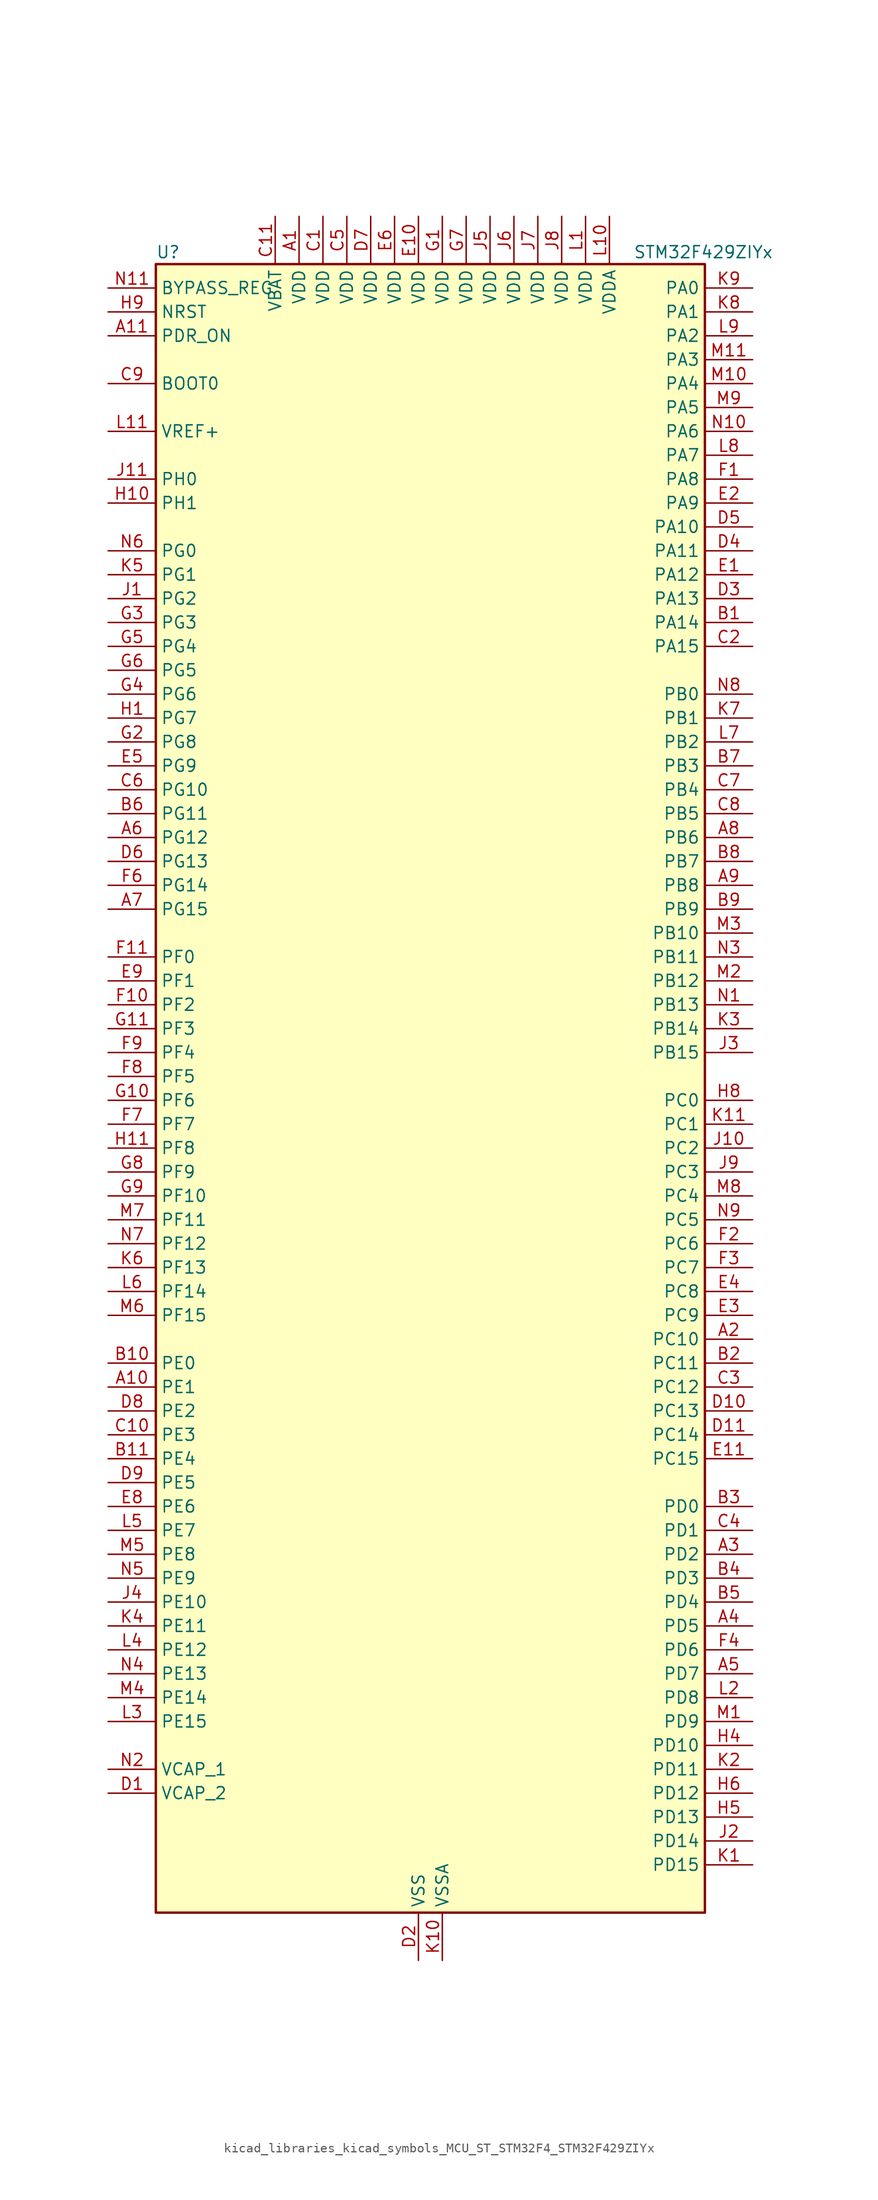
<source format=kicad_sym>
(kicad_symbol_lib
  (version 20220914)
  (generator kicad_symbol_editor)
  (symbol "kicad_libraries_kicad_symbols_MCU_ST_STM32F4_STM32F429ZIYx"
    (property "Reference" "U"
      (at -27.94 90.17 0)
      (effects (font (size 1.27 1.27)) (justify left)))
    (property "Value" "STM32F429ZIYx"
      (at 22.86 90.17 0)
      (effects (font (size 1.27 1.27)) (justify left)))
    (property "ki_locked" ""
      (at 0 0 0)
      (effects (font (size 1.27 1.27))))
    (symbol "kicad_libraries_kicad_symbols_MCU_ST_STM32F4_STM32F429ZIYx_0_1"
      (rectangle (start -27.94 -86.36) (end 30.48 88.9) (stroke (width 0.254) (type default)) (fill (type background))))
    (symbol "kicad_libraries_kicad_symbols_MCU_ST_STM32F4_STM32F429ZIYx_1_1"
      (pin power_in line (at -12.7 93.98 270) (length 5.08) (name "VDD" (effects (font (size 1.27 1.27)))) (number "A1" (effects (font (size 1.27 1.27)))))
      (pin bidirectional line (at -33.02 -30.48 0) (length 5.08) (name "PE1" (effects (font (size 1.27 1.27)))) (number "A10" (effects (font (size 1.27 1.27)))) (alternate "DCMI_D3" bidirectional line) (alternate "FMC_NBL1" bidirectional line) (alternate "UART8_TX" bidirectional line))
      (pin input line (at -33.02 81.28 0) (length 5.08) (name "PDR_ON" (effects (font (size 1.27 1.27)))) (number "A11" (effects (font (size 1.27 1.27)))))
      (pin bidirectional line (at 35.56 -25.4 180) (length 5.08) (name "PC10" (effects (font (size 1.27 1.27)))) (number "A2" (effects (font (size 1.27 1.27)))) (alternate "DCMI_D8" bidirectional line) (alternate "I2S3_CK" bidirectional line) (alternate "LTDC_R2" bidirectional line) (alternate "SDIO_D2" bidirectional line) (alternate "SPI3_SCK" bidirectional line) (alternate "UART4_TX" bidirectional line) (alternate "USART3_TX" bidirectional line))
      (pin bidirectional line (at 35.56 -48.26 180) (length 5.08) (name "PD2" (effects (font (size 1.27 1.27)))) (number "A3" (effects (font (size 1.27 1.27)))) (alternate "DCMI_D11" bidirectional line) (alternate "SDIO_CMD" bidirectional line) (alternate "TIM3_ETR" bidirectional line) (alternate "UART5_RX" bidirectional line))
      (pin bidirectional line (at 35.56 -55.88 180) (length 5.08) (name "PD5" (effects (font (size 1.27 1.27)))) (number "A4" (effects (font (size 1.27 1.27)))) (alternate "FMC_NWE" bidirectional line) (alternate "USART2_TX" bidirectional line))
      (pin bidirectional line (at 35.56 -60.96 180) (length 5.08) (name "PD7" (effects (font (size 1.27 1.27)))) (number "A5" (effects (font (size 1.27 1.27)))) (alternate "FMC_NCE2" bidirectional line) (alternate "FMC_NE1" bidirectional line) (alternate "USART2_CK" bidirectional line))
      (pin bidirectional line (at -33.02 27.94 0) (length 5.08) (name "PG12" (effects (font (size 1.27 1.27)))) (number "A6" (effects (font (size 1.27 1.27)))) (alternate "FMC_NE4" bidirectional line) (alternate "LTDC_B1" bidirectional line) (alternate "LTDC_B4" bidirectional line) (alternate "SPI6_MISO" bidirectional line) (alternate "USART6_RTS" bidirectional line))
      (pin bidirectional line (at -33.02 20.32 0) (length 5.08) (name "PG15" (effects (font (size 1.27 1.27)))) (number "A7" (effects (font (size 1.27 1.27)))) (alternate "ADC1_EXTI15" bidirectional line) (alternate "ADC2_EXTI15" bidirectional line) (alternate "ADC3_EXTI15" bidirectional line) (alternate "DCMI_D13" bidirectional line) (alternate "FMC_SDNCAS" bidirectional line) (alternate "USART6_CTS" bidirectional line))
      (pin bidirectional line (at 35.56 27.94 180) (length 5.08) (name "PB6" (effects (font (size 1.27 1.27)))) (number "A8" (effects (font (size 1.27 1.27)))) (alternate "CAN2_TX" bidirectional line) (alternate "DCMI_D5" bidirectional line) (alternate "FMC_SDNE1" bidirectional line) (alternate "I2C1_SCL" bidirectional line) (alternate "TIM4_CH1" bidirectional line) (alternate "USART1_TX" bidirectional line))
      (pin bidirectional line (at 35.56 22.86 180) (length 5.08) (name "PB8" (effects (font (size 1.27 1.27)))) (number "A9" (effects (font (size 1.27 1.27)))) (alternate "CAN1_RX" bidirectional line) (alternate "DCMI_D6" bidirectional line) (alternate "ETH_TXD3" bidirectional line) (alternate "I2C1_SCL" bidirectional line) (alternate "LTDC_B6" bidirectional line) (alternate "SDIO_D4" bidirectional line) (alternate "TIM10_CH1" bidirectional line) (alternate "TIM4_CH3" bidirectional line))
      (pin bidirectional line (at 35.56 50.8 180) (length 5.08) (name "PA14" (effects (font (size 1.27 1.27)))) (number "B1" (effects (font (size 1.27 1.27)))) (alternate "SYS_JTCK-SWCLK" bidirectional line))
      (pin bidirectional line (at -33.02 -27.94 0) (length 5.08) (name "PE0" (effects (font (size 1.27 1.27)))) (number "B10" (effects (font (size 1.27 1.27)))) (alternate "DCMI_D2" bidirectional line) (alternate "FMC_NBL0" bidirectional line) (alternate "TIM4_ETR" bidirectional line) (alternate "UART8_RX" bidirectional line))
      (pin bidirectional line (at -33.02 -38.1 0) (length 5.08) (name "PE4" (effects (font (size 1.27 1.27)))) (number "B11" (effects (font (size 1.27 1.27)))) (alternate "DCMI_D4" bidirectional line) (alternate "FMC_A20" bidirectional line) (alternate "LTDC_B0" bidirectional line) (alternate "SAI1_FS_A" bidirectional line) (alternate "SPI4_NSS" bidirectional line) (alternate "SYS_TRACED1" bidirectional line))
      (pin bidirectional line (at 35.56 -27.94 180) (length 5.08) (name "PC11" (effects (font (size 1.27 1.27)))) (number "B2" (effects (font (size 1.27 1.27)))) (alternate "ADC1_EXTI11" bidirectional line) (alternate "ADC2_EXTI11" bidirectional line) (alternate "ADC3_EXTI11" bidirectional line) (alternate "DCMI_D4" bidirectional line) (alternate "I2S3_ext_SD" bidirectional line) (alternate "SDIO_D3" bidirectional line) (alternate "SPI3_MISO" bidirectional line) (alternate "UART4_RX" bidirectional line) (alternate "USART3_RX" bidirectional line))
      (pin bidirectional line (at 35.56 -43.18 180) (length 5.08) (name "PD0" (effects (font (size 1.27 1.27)))) (number "B3" (effects (font (size 1.27 1.27)))) (alternate "CAN1_RX" bidirectional line) (alternate "FMC_D2" bidirectional line) (alternate "FMC_DA2" bidirectional line))
      (pin bidirectional line (at 35.56 -50.8 180) (length 5.08) (name "PD3" (effects (font (size 1.27 1.27)))) (number "B4" (effects (font (size 1.27 1.27)))) (alternate "DCMI_D5" bidirectional line) (alternate "FMC_CLK" bidirectional line) (alternate "I2S2_CK" bidirectional line) (alternate "LTDC_G7" bidirectional line) (alternate "SPI2_SCK" bidirectional line) (alternate "USART2_CTS" bidirectional line))
      (pin bidirectional line (at 35.56 -53.34 180) (length 5.08) (name "PD4" (effects (font (size 1.27 1.27)))) (number "B5" (effects (font (size 1.27 1.27)))) (alternate "FMC_NOE" bidirectional line) (alternate "USART2_RTS" bidirectional line))
      (pin bidirectional line (at -33.02 30.48 0) (length 5.08) (name "PG11" (effects (font (size 1.27 1.27)))) (number "B6" (effects (font (size 1.27 1.27)))) (alternate "ADC1_EXTI11" bidirectional line) (alternate "ADC2_EXTI11" bidirectional line) (alternate "ADC3_EXTI11" bidirectional line) (alternate "DCMI_D3" bidirectional line) (alternate "ETH_TX_EN" bidirectional line) (alternate "FMC_NCE4_2" bidirectional line) (alternate "LTDC_B3" bidirectional line))
      (pin bidirectional line (at 35.56 35.56 180) (length 5.08) (name "PB3" (effects (font (size 1.27 1.27)))) (number "B7" (effects (font (size 1.27 1.27)))) (alternate "I2S3_CK" bidirectional line) (alternate "SPI1_SCK" bidirectional line) (alternate "SPI3_SCK" bidirectional line) (alternate "SYS_JTDO-SWO" bidirectional line) (alternate "TIM2_CH2" bidirectional line))
      (pin bidirectional line (at 35.56 25.4 180) (length 5.08) (name "PB7" (effects (font (size 1.27 1.27)))) (number "B8" (effects (font (size 1.27 1.27)))) (alternate "DCMI_VSYNC" bidirectional line) (alternate "FMC_NL" bidirectional line) (alternate "I2C1_SDA" bidirectional line) (alternate "TIM4_CH2" bidirectional line) (alternate "USART1_RX" bidirectional line))
      (pin bidirectional line (at 35.56 20.32 180) (length 5.08) (name "PB9" (effects (font (size 1.27 1.27)))) (number "B9" (effects (font (size 1.27 1.27)))) (alternate "CAN1_TX" bidirectional line) (alternate "DAC_EXTI9" bidirectional line) (alternate "DCMI_D7" bidirectional line) (alternate "I2C1_SDA" bidirectional line) (alternate "I2S2_WS" bidirectional line) (alternate "LTDC_B7" bidirectional line) (alternate "SDIO_D5" bidirectional line) (alternate "SPI2_NSS" bidirectional line) (alternate "TIM11_CH1" bidirectional line) (alternate "TIM4_CH4" bidirectional line))
      (pin power_in line (at -10.16 93.98 270) (length 5.08) (name "VDD" (effects (font (size 1.27 1.27)))) (number "C1" (effects (font (size 1.27 1.27)))))
      (pin bidirectional line (at -33.02 -35.56 0) (length 5.08) (name "PE3" (effects (font (size 1.27 1.27)))) (number "C10" (effects (font (size 1.27 1.27)))) (alternate "FMC_A19" bidirectional line) (alternate "SAI1_SD_B" bidirectional line) (alternate "SYS_TRACED0" bidirectional line))
      (pin power_in line (at -15.24 93.98 270) (length 5.08) (name "VBAT" (effects (font (size 1.27 1.27)))) (number "C11" (effects (font (size 1.27 1.27)))))
      (pin bidirectional line (at 35.56 48.26 180) (length 5.08) (name "PA15" (effects (font (size 1.27 1.27)))) (number "C2" (effects (font (size 1.27 1.27)))) (alternate "ADC1_EXTI15" bidirectional line) (alternate "ADC2_EXTI15" bidirectional line) (alternate "ADC3_EXTI15" bidirectional line) (alternate "I2S3_WS" bidirectional line) (alternate "SPI1_NSS" bidirectional line) (alternate "SPI3_NSS" bidirectional line) (alternate "SYS_JTDI" bidirectional line) (alternate "TIM2_CH1" bidirectional line) (alternate "TIM2_ETR" bidirectional line))
      (pin bidirectional line (at 35.56 -30.48 180) (length 5.08) (name "PC12" (effects (font (size 1.27 1.27)))) (number "C3" (effects (font (size 1.27 1.27)))) (alternate "DCMI_D9" bidirectional line) (alternate "I2S3_SD" bidirectional line) (alternate "SDIO_CK" bidirectional line) (alternate "SPI3_MOSI" bidirectional line) (alternate "UART5_TX" bidirectional line) (alternate "USART3_CK" bidirectional line))
      (pin bidirectional line (at 35.56 -45.72 180) (length 5.08) (name "PD1" (effects (font (size 1.27 1.27)))) (number "C4" (effects (font (size 1.27 1.27)))) (alternate "CAN1_TX" bidirectional line) (alternate "FMC_D3" bidirectional line) (alternate "FMC_DA3" bidirectional line))
      (pin power_in line (at -7.62 93.98 270) (length 5.08) (name "VDD" (effects (font (size 1.27 1.27)))) (number "C5" (effects (font (size 1.27 1.27)))))
      (pin bidirectional line (at -33.02 33.02 0) (length 5.08) (name "PG10" (effects (font (size 1.27 1.27)))) (number "C6" (effects (font (size 1.27 1.27)))) (alternate "DCMI_D2" bidirectional line) (alternate "FMC_NCE4_1" bidirectional line) (alternate "FMC_NE3" bidirectional line) (alternate "LTDC_B2" bidirectional line) (alternate "LTDC_G3" bidirectional line))
      (pin bidirectional line (at 35.56 33.02 180) (length 5.08) (name "PB4" (effects (font (size 1.27 1.27)))) (number "C7" (effects (font (size 1.27 1.27)))) (alternate "I2S3_ext_SD" bidirectional line) (alternate "SPI1_MISO" bidirectional line) (alternate "SPI3_MISO" bidirectional line) (alternate "SYS_JTRST" bidirectional line) (alternate "TIM3_CH1" bidirectional line))
      (pin bidirectional line (at 35.56 30.48 180) (length 5.08) (name "PB5" (effects (font (size 1.27 1.27)))) (number "C8" (effects (font (size 1.27 1.27)))) (alternate "CAN2_RX" bidirectional line) (alternate "DCMI_D10" bidirectional line) (alternate "ETH_PPS_OUT" bidirectional line) (alternate "FMC_SDCKE1" bidirectional line) (alternate "I2C1_SMBA" bidirectional line) (alternate "I2S3_SD" bidirectional line) (alternate "SPI1_MOSI" bidirectional line) (alternate "SPI3_MOSI" bidirectional line) (alternate "TIM3_CH2" bidirectional line) (alternate "USB_OTG_HS_ULPI_D7" bidirectional line))
      (pin input line (at -33.02 76.2 0) (length 5.08) (name "BOOT0" (effects (font (size 1.27 1.27)))) (number "C9" (effects (font (size 1.27 1.27)))))
      (pin power_out line (at -33.02 -73.66 0) (length 5.08) (name "VCAP_2" (effects (font (size 1.27 1.27)))) (number "D1" (effects (font (size 1.27 1.27)))))
      (pin bidirectional line (at 35.56 -33.02 180) (length 5.08) (name "PC13" (effects (font (size 1.27 1.27)))) (number "D10" (effects (font (size 1.27 1.27)))) (alternate "RTC_AF1" bidirectional line))
      (pin bidirectional line (at 35.56 -35.56 180) (length 5.08) (name "PC14" (effects (font (size 1.27 1.27)))) (number "D11" (effects (font (size 1.27 1.27)))) (alternate "RCC_OSC32_IN" bidirectional line))
      (pin power_in line (at 0 -91.44 90) (length 5.08) (name "VSS" (effects (font (size 1.27 1.27)))) (number "D2" (effects (font (size 1.27 1.27)))))
      (pin bidirectional line (at 35.56 53.34 180) (length 5.08) (name "PA13" (effects (font (size 1.27 1.27)))) (number "D3" (effects (font (size 1.27 1.27)))) (alternate "SYS_JTMS-SWDIO" bidirectional line))
      (pin bidirectional line (at 35.56 58.42 180) (length 5.08) (name "PA11" (effects (font (size 1.27 1.27)))) (number "D4" (effects (font (size 1.27 1.27)))) (alternate "ADC1_EXTI11" bidirectional line) (alternate "ADC2_EXTI11" bidirectional line) (alternate "ADC3_EXTI11" bidirectional line) (alternate "CAN1_RX" bidirectional line) (alternate "LTDC_R4" bidirectional line) (alternate "TIM1_CH4" bidirectional line) (alternate "USART1_CTS" bidirectional line) (alternate "USB_OTG_FS_DM" bidirectional line))
      (pin bidirectional line (at 35.56 60.96 180) (length 5.08) (name "PA10" (effects (font (size 1.27 1.27)))) (number "D5" (effects (font (size 1.27 1.27)))) (alternate "DCMI_D1" bidirectional line) (alternate "TIM1_CH3" bidirectional line) (alternate "USART1_RX" bidirectional line) (alternate "USB_OTG_FS_ID" bidirectional line))
      (pin bidirectional line (at -33.02 25.4 0) (length 5.08) (name "PG13" (effects (font (size 1.27 1.27)))) (number "D6" (effects (font (size 1.27 1.27)))) (alternate "ETH_TXD0" bidirectional line) (alternate "FMC_A24" bidirectional line) (alternate "SPI6_SCK" bidirectional line) (alternate "USART6_CTS" bidirectional line))
      (pin power_in line (at -5.08 93.98 270) (length 5.08) (name "VDD" (effects (font (size 1.27 1.27)))) (number "D7" (effects (font (size 1.27 1.27)))))
      (pin bidirectional line (at -33.02 -33.02 0) (length 5.08) (name "PE2" (effects (font (size 1.27 1.27)))) (number "D8" (effects (font (size 1.27 1.27)))) (alternate "ETH_TXD3" bidirectional line) (alternate "FMC_A23" bidirectional line) (alternate "SAI1_MCLK_A" bidirectional line) (alternate "SPI4_SCK" bidirectional line) (alternate "SYS_TRACECLK" bidirectional line))
      (pin bidirectional line (at -33.02 -40.64 0) (length 5.08) (name "PE5" (effects (font (size 1.27 1.27)))) (number "D9" (effects (font (size 1.27 1.27)))) (alternate "DCMI_D6" bidirectional line) (alternate "FMC_A21" bidirectional line) (alternate "LTDC_G0" bidirectional line) (alternate "SAI1_SCK_A" bidirectional line) (alternate "SPI4_MISO" bidirectional line) (alternate "SYS_TRACED2" bidirectional line) (alternate "TIM9_CH1" bidirectional line))
      (pin bidirectional line (at 35.56 55.88 180) (length 5.08) (name "PA12" (effects (font (size 1.27 1.27)))) (number "E1" (effects (font (size 1.27 1.27)))) (alternate "CAN1_TX" bidirectional line) (alternate "LTDC_R5" bidirectional line) (alternate "TIM1_ETR" bidirectional line) (alternate "USART1_RTS" bidirectional line) (alternate "USB_OTG_FS_DP" bidirectional line))
      (pin power_in line (at 0 93.98 270) (length 5.08) (name "VDD" (effects (font (size 1.27 1.27)))) (number "E10" (effects (font (size 1.27 1.27)))))
      (pin bidirectional line (at 35.56 -38.1 180) (length 5.08) (name "PC15" (effects (font (size 1.27 1.27)))) (number "E11" (effects (font (size 1.27 1.27)))) (alternate "ADC1_EXTI15" bidirectional line) (alternate "ADC2_EXTI15" bidirectional line) (alternate "ADC3_EXTI15" bidirectional line) (alternate "RCC_OSC32_OUT" bidirectional line))
      (pin bidirectional line (at 35.56 63.5 180) (length 5.08) (name "PA9" (effects (font (size 1.27 1.27)))) (number "E2" (effects (font (size 1.27 1.27)))) (alternate "DAC_EXTI9" bidirectional line) (alternate "DCMI_D0" bidirectional line) (alternate "I2C3_SMBA" bidirectional line) (alternate "TIM1_CH2" bidirectional line) (alternate "USART1_TX" bidirectional line) (alternate "USB_OTG_FS_VBUS" bidirectional line))
      (pin bidirectional line (at 35.56 -22.86 180) (length 5.08) (name "PC9" (effects (font (size 1.27 1.27)))) (number "E3" (effects (font (size 1.27 1.27)))) (alternate "DAC_EXTI9" bidirectional line) (alternate "DCMI_D3" bidirectional line) (alternate "I2C3_SDA" bidirectional line) (alternate "I2S_CKIN" bidirectional line) (alternate "RCC_MCO_2" bidirectional line) (alternate "SDIO_D1" bidirectional line) (alternate "TIM3_CH4" bidirectional line) (alternate "TIM8_CH4" bidirectional line))
      (pin bidirectional line (at 35.56 -20.32 180) (length 5.08) (name "PC8" (effects (font (size 1.27 1.27)))) (number "E4" (effects (font (size 1.27 1.27)))) (alternate "DCMI_D2" bidirectional line) (alternate "SDIO_D0" bidirectional line) (alternate "TIM3_CH3" bidirectional line) (alternate "TIM8_CH3" bidirectional line) (alternate "USART6_CK" bidirectional line))
      (pin bidirectional line (at -33.02 35.56 0) (length 5.08) (name "PG9" (effects (font (size 1.27 1.27)))) (number "E5" (effects (font (size 1.27 1.27)))) (alternate "DAC_EXTI9" bidirectional line) (alternate "DCMI_VSYNC" bidirectional line) (alternate "FMC_NCE3" bidirectional line) (alternate "FMC_NE2" bidirectional line) (alternate "USART6_RX" bidirectional line))
      (pin power_in line (at -2.54 93.98 270) (length 5.08) (name "VDD" (effects (font (size 1.27 1.27)))) (number "E6" (effects (font (size 1.27 1.27)))))
      (pin passive line (at 0 -91.44 90) (length 5.08) hide (name "VSS" (effects (font (size 1.27 1.27)))) (number "E7" (effects (font (size 1.27 1.27)))))
      (pin bidirectional line (at -33.02 -43.18 0) (length 5.08) (name "PE6" (effects (font (size 1.27 1.27)))) (number "E8" (effects (font (size 1.27 1.27)))) (alternate "DCMI_D7" bidirectional line) (alternate "FMC_A22" bidirectional line) (alternate "LTDC_G1" bidirectional line) (alternate "SAI1_SD_A" bidirectional line) (alternate "SPI4_MOSI" bidirectional line) (alternate "SYS_TRACED3" bidirectional line) (alternate "TIM9_CH2" bidirectional line))
      (pin bidirectional line (at -33.02 12.7 0) (length 5.08) (name "PF1" (effects (font (size 1.27 1.27)))) (number "E9" (effects (font (size 1.27 1.27)))) (alternate "FMC_A1" bidirectional line) (alternate "I2C2_SCL" bidirectional line))
      (pin bidirectional line (at 35.56 66.04 180) (length 5.08) (name "PA8" (effects (font (size 1.27 1.27)))) (number "F1" (effects (font (size 1.27 1.27)))) (alternate "I2C3_SCL" bidirectional line) (alternate "LTDC_R6" bidirectional line) (alternate "RCC_MCO_1" bidirectional line) (alternate "TIM1_CH1" bidirectional line) (alternate "USART1_CK" bidirectional line) (alternate "USB_OTG_FS_SOF" bidirectional line))
      (pin bidirectional line (at -33.02 10.16 0) (length 5.08) (name "PF2" (effects (font (size 1.27 1.27)))) (number "F10" (effects (font (size 1.27 1.27)))) (alternate "FMC_A2" bidirectional line) (alternate "I2C2_SMBA" bidirectional line))
      (pin bidirectional line (at -33.02 15.24 0) (length 5.08) (name "PF0" (effects (font (size 1.27 1.27)))) (number "F11" (effects (font (size 1.27 1.27)))) (alternate "FMC_A0" bidirectional line) (alternate "I2C2_SDA" bidirectional line))
      (pin bidirectional line (at 35.56 -15.24 180) (length 5.08) (name "PC6" (effects (font (size 1.27 1.27)))) (number "F2" (effects (font (size 1.27 1.27)))) (alternate "DCMI_D0" bidirectional line) (alternate "I2S2_MCK" bidirectional line) (alternate "LTDC_HSYNC" bidirectional line) (alternate "SDIO_D6" bidirectional line) (alternate "TIM3_CH1" bidirectional line) (alternate "TIM8_CH1" bidirectional line) (alternate "USART6_TX" bidirectional line))
      (pin bidirectional line (at 35.56 -17.78 180) (length 5.08) (name "PC7" (effects (font (size 1.27 1.27)))) (number "F3" (effects (font (size 1.27 1.27)))) (alternate "DCMI_D1" bidirectional line) (alternate "I2S3_MCK" bidirectional line) (alternate "LTDC_G6" bidirectional line) (alternate "SDIO_D7" bidirectional line) (alternate "TIM3_CH2" bidirectional line) (alternate "TIM8_CH2" bidirectional line) (alternate "USART6_RX" bidirectional line))
      (pin bidirectional line (at 35.56 -58.42 180) (length 5.08) (name "PD6" (effects (font (size 1.27 1.27)))) (number "F4" (effects (font (size 1.27 1.27)))) (alternate "DCMI_D10" bidirectional line) (alternate "FMC_NWAIT" bidirectional line) (alternate "I2S3_SD" bidirectional line) (alternate "LTDC_B2" bidirectional line) (alternate "SAI1_SD_A" bidirectional line) (alternate "SPI3_MOSI" bidirectional line) (alternate "USART2_RX" bidirectional line))
      (pin passive line (at 0 -91.44 90) (length 5.08) hide (name "VSS" (effects (font (size 1.27 1.27)))) (number "F5" (effects (font (size 1.27 1.27)))))
      (pin bidirectional line (at -33.02 22.86 0) (length 5.08) (name "PG14" (effects (font (size 1.27 1.27)))) (number "F6" (effects (font (size 1.27 1.27)))) (alternate "ETH_TXD1" bidirectional line) (alternate "FMC_A25" bidirectional line) (alternate "SPI6_MOSI" bidirectional line) (alternate "USART6_TX" bidirectional line))
      (pin bidirectional line (at -33.02 -2.54 0) (length 5.08) (name "PF7" (effects (font (size 1.27 1.27)))) (number "F7" (effects (font (size 1.27 1.27)))) (alternate "ADC3_IN5" bidirectional line) (alternate "FMC_NREG" bidirectional line) (alternate "SAI1_MCLK_B" bidirectional line) (alternate "SPI5_SCK" bidirectional line) (alternate "TIM11_CH1" bidirectional line) (alternate "UART7_TX" bidirectional line))
      (pin bidirectional line (at -33.02 2.54 0) (length 5.08) (name "PF5" (effects (font (size 1.27 1.27)))) (number "F8" (effects (font (size 1.27 1.27)))) (alternate "ADC3_IN15" bidirectional line) (alternate "FMC_A5" bidirectional line))
      (pin bidirectional line (at -33.02 5.08 0) (length 5.08) (name "PF4" (effects (font (size 1.27 1.27)))) (number "F9" (effects (font (size 1.27 1.27)))) (alternate "ADC3_IN14" bidirectional line) (alternate "FMC_A4" bidirectional line))
      (pin power_in line (at 2.54 93.98 270) (length 5.08) (name "VDD" (effects (font (size 1.27 1.27)))) (number "G1" (effects (font (size 1.27 1.27)))))
      (pin bidirectional line (at -33.02 0 0) (length 5.08) (name "PF6" (effects (font (size 1.27 1.27)))) (number "G10" (effects (font (size 1.27 1.27)))) (alternate "ADC3_IN4" bidirectional line) (alternate "FMC_NIORD" bidirectional line) (alternate "SAI1_SD_B" bidirectional line) (alternate "SPI5_NSS" bidirectional line) (alternate "TIM10_CH1" bidirectional line) (alternate "UART7_RX" bidirectional line))
      (pin bidirectional line (at -33.02 7.62 0) (length 5.08) (name "PF3" (effects (font (size 1.27 1.27)))) (number "G11" (effects (font (size 1.27 1.27)))) (alternate "ADC3_IN9" bidirectional line) (alternate "FMC_A3" bidirectional line))
      (pin bidirectional line (at -33.02 38.1 0) (length 5.08) (name "PG8" (effects (font (size 1.27 1.27)))) (number "G2" (effects (font (size 1.27 1.27)))) (alternate "ETH_PPS_OUT" bidirectional line) (alternate "FMC_SDCLK" bidirectional line) (alternate "SPI6_NSS" bidirectional line) (alternate "USART6_RTS" bidirectional line))
      (pin bidirectional line (at -33.02 50.8 0) (length 5.08) (name "PG3" (effects (font (size 1.27 1.27)))) (number "G3" (effects (font (size 1.27 1.27)))) (alternate "FMC_A13" bidirectional line))
      (pin bidirectional line (at -33.02 43.18 0) (length 5.08) (name "PG6" (effects (font (size 1.27 1.27)))) (number "G4" (effects (font (size 1.27 1.27)))) (alternate "DCMI_D12" bidirectional line) (alternate "FMC_INT2" bidirectional line) (alternate "LTDC_R7" bidirectional line))
      (pin bidirectional line (at -33.02 48.26 0) (length 5.08) (name "PG4" (effects (font (size 1.27 1.27)))) (number "G5" (effects (font (size 1.27 1.27)))) (alternate "FMC_A14" bidirectional line) (alternate "FMC_BA0" bidirectional line))
      (pin bidirectional line (at -33.02 45.72 0) (length 5.08) (name "PG5" (effects (font (size 1.27 1.27)))) (number "G6" (effects (font (size 1.27 1.27)))) (alternate "FMC_A15" bidirectional line) (alternate "FMC_BA1" bidirectional line))
      (pin power_in line (at 5.08 93.98 270) (length 5.08) (name "VDD" (effects (font (size 1.27 1.27)))) (number "G7" (effects (font (size 1.27 1.27)))))
      (pin bidirectional line (at -33.02 -7.62 0) (length 5.08) (name "PF9" (effects (font (size 1.27 1.27)))) (number "G8" (effects (font (size 1.27 1.27)))) (alternate "ADC3_IN7" bidirectional line) (alternate "DAC_EXTI9" bidirectional line) (alternate "FMC_CD" bidirectional line) (alternate "SAI1_FS_B" bidirectional line) (alternate "SPI5_MOSI" bidirectional line) (alternate "TIM14_CH1" bidirectional line))
      (pin bidirectional line (at -33.02 -10.16 0) (length 5.08) (name "PF10" (effects (font (size 1.27 1.27)))) (number "G9" (effects (font (size 1.27 1.27)))) (alternate "ADC3_IN8" bidirectional line) (alternate "DCMI_D11" bidirectional line) (alternate "FMC_INTR" bidirectional line) (alternate "LTDC_DE" bidirectional line))
      (pin bidirectional line (at -33.02 40.64 0) (length 5.08) (name "PG7" (effects (font (size 1.27 1.27)))) (number "H1" (effects (font (size 1.27 1.27)))) (alternate "DCMI_D13" bidirectional line) (alternate "FMC_INT3" bidirectional line) (alternate "LTDC_CLK" bidirectional line) (alternate "USART6_CK" bidirectional line))
      (pin bidirectional line (at -33.02 63.5 0) (length 5.08) (name "PH1" (effects (font (size 1.27 1.27)))) (number "H10" (effects (font (size 1.27 1.27)))) (alternate "RCC_OSC_OUT" bidirectional line))
      (pin bidirectional line (at -33.02 -5.08 0) (length 5.08) (name "PF8" (effects (font (size 1.27 1.27)))) (number "H11" (effects (font (size 1.27 1.27)))) (alternate "ADC3_IN6" bidirectional line) (alternate "FMC_NIOWR" bidirectional line) (alternate "SAI1_SCK_B" bidirectional line) (alternate "SPI5_MISO" bidirectional line) (alternate "TIM13_CH1" bidirectional line))
      (pin passive line (at 0 -91.44 90) (length 5.08) hide (name "VSS" (effects (font (size 1.27 1.27)))) (number "H2" (effects (font (size 1.27 1.27)))))
      (pin passive line (at 0 -91.44 90) (length 5.08) hide (name "VSS" (effects (font (size 1.27 1.27)))) (number "H3" (effects (font (size 1.27 1.27)))))
      (pin bidirectional line (at 35.56 -68.58 180) (length 5.08) (name "PD10" (effects (font (size 1.27 1.27)))) (number "H4" (effects (font (size 1.27 1.27)))) (alternate "FMC_D15" bidirectional line) (alternate "FMC_DA15" bidirectional line) (alternate "LTDC_B3" bidirectional line) (alternate "USART3_CK" bidirectional line))
      (pin bidirectional line (at 35.56 -76.2 180) (length 5.08) (name "PD13" (effects (font (size 1.27 1.27)))) (number "H5" (effects (font (size 1.27 1.27)))) (alternate "FMC_A18" bidirectional line) (alternate "TIM4_CH2" bidirectional line))
      (pin bidirectional line (at 35.56 -73.66 180) (length 5.08) (name "PD12" (effects (font (size 1.27 1.27)))) (number "H6" (effects (font (size 1.27 1.27)))) (alternate "FMC_A17" bidirectional line) (alternate "FMC_ALE" bidirectional line) (alternate "TIM4_CH1" bidirectional line) (alternate "USART3_RTS" bidirectional line))
      (pin passive line (at 0 -91.44 90) (length 5.08) hide (name "VSS" (effects (font (size 1.27 1.27)))) (number "H7" (effects (font (size 1.27 1.27)))))
      (pin bidirectional line (at 35.56 0 180) (length 5.08) (name "PC0" (effects (font (size 1.27 1.27)))) (number "H8" (effects (font (size 1.27 1.27)))) (alternate "ADC1_IN10" bidirectional line) (alternate "ADC2_IN10" bidirectional line) (alternate "ADC3_IN10" bidirectional line) (alternate "FMC_SDNWE" bidirectional line) (alternate "USB_OTG_HS_ULPI_STP" bidirectional line))
      (pin input line (at -33.02 83.82 0) (length 5.08) (name "NRST" (effects (font (size 1.27 1.27)))) (number "H9" (effects (font (size 1.27 1.27)))))
      (pin bidirectional line (at -33.02 53.34 0) (length 5.08) (name "PG2" (effects (font (size 1.27 1.27)))) (number "J1" (effects (font (size 1.27 1.27)))) (alternate "FMC_A12" bidirectional line))
      (pin bidirectional line (at 35.56 -5.08 180) (length 5.08) (name "PC2" (effects (font (size 1.27 1.27)))) (number "J10" (effects (font (size 1.27 1.27)))) (alternate "ADC1_IN12" bidirectional line) (alternate "ADC2_IN12" bidirectional line) (alternate "ADC3_IN12" bidirectional line) (alternate "ETH_TXD2" bidirectional line) (alternate "FMC_SDNE0" bidirectional line) (alternate "I2S2_ext_SD" bidirectional line) (alternate "SPI2_MISO" bidirectional line) (alternate "USB_OTG_HS_ULPI_DIR" bidirectional line))
      (pin bidirectional line (at -33.02 66.04 0) (length 5.08) (name "PH0" (effects (font (size 1.27 1.27)))) (number "J11" (effects (font (size 1.27 1.27)))) (alternate "RCC_OSC_IN" bidirectional line))
      (pin bidirectional line (at 35.56 -78.74 180) (length 5.08) (name "PD14" (effects (font (size 1.27 1.27)))) (number "J2" (effects (font (size 1.27 1.27)))) (alternate "FMC_D0" bidirectional line) (alternate "FMC_DA0" bidirectional line) (alternate "TIM4_CH3" bidirectional line))
      (pin bidirectional line (at 35.56 5.08 180) (length 5.08) (name "PB15" (effects (font (size 1.27 1.27)))) (number "J3" (effects (font (size 1.27 1.27)))) (alternate "ADC1_EXTI15" bidirectional line) (alternate "ADC2_EXTI15" bidirectional line) (alternate "ADC3_EXTI15" bidirectional line) (alternate "I2S2_SD" bidirectional line) (alternate "RTC_REFIN" bidirectional line) (alternate "SPI2_MOSI" bidirectional line) (alternate "TIM12_CH2" bidirectional line) (alternate "TIM1_CH3N" bidirectional line) (alternate "TIM8_CH3N" bidirectional line) (alternate "USB_OTG_HS_DP" bidirectional line))
      (pin bidirectional line (at -33.02 -53.34 0) (length 5.08) (name "PE10" (effects (font (size 1.27 1.27)))) (number "J4" (effects (font (size 1.27 1.27)))) (alternate "FMC_D7" bidirectional line) (alternate "FMC_DA7" bidirectional line) (alternate "TIM1_CH2N" bidirectional line))
      (pin power_in line (at 7.62 93.98 270) (length 5.08) (name "VDD" (effects (font (size 1.27 1.27)))) (number "J5" (effects (font (size 1.27 1.27)))))
      (pin power_in line (at 10.16 93.98 270) (length 5.08) (name "VDD" (effects (font (size 1.27 1.27)))) (number "J6" (effects (font (size 1.27 1.27)))))
      (pin power_in line (at 12.7 93.98 270) (length 5.08) (name "VDD" (effects (font (size 1.27 1.27)))) (number "J7" (effects (font (size 1.27 1.27)))))
      (pin power_in line (at 15.24 93.98 270) (length 5.08) (name "VDD" (effects (font (size 1.27 1.27)))) (number "J8" (effects (font (size 1.27 1.27)))))
      (pin bidirectional line (at 35.56 -7.62 180) (length 5.08) (name "PC3" (effects (font (size 1.27 1.27)))) (number "J9" (effects (font (size 1.27 1.27)))) (alternate "ADC1_IN13" bidirectional line) (alternate "ADC2_IN13" bidirectional line) (alternate "ADC3_IN13" bidirectional line) (alternate "ETH_TX_CLK" bidirectional line) (alternate "FMC_SDCKE0" bidirectional line) (alternate "I2S2_SD" bidirectional line) (alternate "SPI2_MOSI" bidirectional line) (alternate "USB_OTG_HS_ULPI_NXT" bidirectional line))
      (pin bidirectional line (at 35.56 -81.28 180) (length 5.08) (name "PD15" (effects (font (size 1.27 1.27)))) (number "K1" (effects (font (size 1.27 1.27)))) (alternate "ADC1_EXTI15" bidirectional line) (alternate "ADC2_EXTI15" bidirectional line) (alternate "ADC3_EXTI15" bidirectional line) (alternate "FMC_D1" bidirectional line) (alternate "FMC_DA1" bidirectional line) (alternate "TIM4_CH4" bidirectional line))
      (pin power_in line (at 2.54 -91.44 90) (length 5.08) (name "VSSA" (effects (font (size 1.27 1.27)))) (number "K10" (effects (font (size 1.27 1.27)))))
      (pin bidirectional line (at 35.56 -2.54 180) (length 5.08) (name "PC1" (effects (font (size 1.27 1.27)))) (number "K11" (effects (font (size 1.27 1.27)))) (alternate "ADC1_IN11" bidirectional line) (alternate "ADC2_IN11" bidirectional line) (alternate "ADC3_IN11" bidirectional line) (alternate "ETH_MDC" bidirectional line))
      (pin bidirectional line (at 35.56 -71.12 180) (length 5.08) (name "PD11" (effects (font (size 1.27 1.27)))) (number "K2" (effects (font (size 1.27 1.27)))) (alternate "ADC1_EXTI11" bidirectional line) (alternate "ADC2_EXTI11" bidirectional line) (alternate "ADC3_EXTI11" bidirectional line) (alternate "FMC_A16" bidirectional line) (alternate "FMC_CLE" bidirectional line) (alternate "USART3_CTS" bidirectional line))
      (pin bidirectional line (at 35.56 7.62 180) (length 5.08) (name "PB14" (effects (font (size 1.27 1.27)))) (number "K3" (effects (font (size 1.27 1.27)))) (alternate "I2S2_ext_SD" bidirectional line) (alternate "SPI2_MISO" bidirectional line) (alternate "TIM12_CH1" bidirectional line) (alternate "TIM1_CH2N" bidirectional line) (alternate "TIM8_CH2N" bidirectional line) (alternate "USART3_RTS" bidirectional line) (alternate "USB_OTG_HS_DM" bidirectional line))
      (pin bidirectional line (at -33.02 -55.88 0) (length 5.08) (name "PE11" (effects (font (size 1.27 1.27)))) (number "K4" (effects (font (size 1.27 1.27)))) (alternate "ADC1_EXTI11" bidirectional line) (alternate "ADC2_EXTI11" bidirectional line) (alternate "ADC3_EXTI11" bidirectional line) (alternate "FMC_D8" bidirectional line) (alternate "FMC_DA8" bidirectional line) (alternate "LTDC_G3" bidirectional line) (alternate "SPI4_NSS" bidirectional line) (alternate "TIM1_CH2" bidirectional line))
      (pin bidirectional line (at -33.02 55.88 0) (length 5.08) (name "PG1" (effects (font (size 1.27 1.27)))) (number "K5" (effects (font (size 1.27 1.27)))) (alternate "FMC_A11" bidirectional line))
      (pin bidirectional line (at -33.02 -17.78 0) (length 5.08) (name "PF13" (effects (font (size 1.27 1.27)))) (number "K6" (effects (font (size 1.27 1.27)))) (alternate "FMC_A7" bidirectional line))
      (pin bidirectional line (at 35.56 40.64 180) (length 5.08) (name "PB1" (effects (font (size 1.27 1.27)))) (number "K7" (effects (font (size 1.27 1.27)))) (alternate "ADC1_IN9" bidirectional line) (alternate "ADC2_IN9" bidirectional line) (alternate "ETH_RXD3" bidirectional line) (alternate "LTDC_R6" bidirectional line) (alternate "TIM1_CH3N" bidirectional line) (alternate "TIM3_CH4" bidirectional line) (alternate "TIM8_CH3N" bidirectional line) (alternate "USB_OTG_HS_ULPI_D2" bidirectional line))
      (pin bidirectional line (at 35.56 83.82 180) (length 5.08) (name "PA1" (effects (font (size 1.27 1.27)))) (number "K8" (effects (font (size 1.27 1.27)))) (alternate "ADC1_IN1" bidirectional line) (alternate "ADC2_IN1" bidirectional line) (alternate "ADC3_IN1" bidirectional line) (alternate "ETH_REF_CLK" bidirectional line) (alternate "ETH_RX_CLK" bidirectional line) (alternate "TIM2_CH2" bidirectional line) (alternate "TIM5_CH2" bidirectional line) (alternate "UART4_RX" bidirectional line) (alternate "USART2_RTS" bidirectional line))
      (pin bidirectional line (at 35.56 86.36 180) (length 5.08) (name "PA0" (effects (font (size 1.27 1.27)))) (number "K9" (effects (font (size 1.27 1.27)))) (alternate "ADC1_IN0" bidirectional line) (alternate "ADC2_IN0" bidirectional line) (alternate "ADC3_IN0" bidirectional line) (alternate "ETH_CRS" bidirectional line) (alternate "SYS_WKUP" bidirectional line) (alternate "TIM2_CH1" bidirectional line) (alternate "TIM2_ETR" bidirectional line) (alternate "TIM5_CH1" bidirectional line) (alternate "TIM8_ETR" bidirectional line) (alternate "UART4_TX" bidirectional line) (alternate "USART2_CTS" bidirectional line))
      (pin power_in line (at 17.78 93.98 270) (length 5.08) (name "VDD" (effects (font (size 1.27 1.27)))) (number "L1" (effects (font (size 1.27 1.27)))))
      (pin power_in line (at 20.32 93.98 270) (length 5.08) (name "VDDA" (effects (font (size 1.27 1.27)))) (number "L10" (effects (font (size 1.27 1.27)))))
      (pin input line (at -33.02 71.12 0) (length 5.08) (name "VREF+" (effects (font (size 1.27 1.27)))) (number "L11" (effects (font (size 1.27 1.27)))))
      (pin bidirectional line (at 35.56 -63.5 180) (length 5.08) (name "PD8" (effects (font (size 1.27 1.27)))) (number "L2" (effects (font (size 1.27 1.27)))) (alternate "FMC_D13" bidirectional line) (alternate "FMC_DA13" bidirectional line) (alternate "USART3_TX" bidirectional line))
      (pin bidirectional line (at -33.02 -66.04 0) (length 5.08) (name "PE15" (effects (font (size 1.27 1.27)))) (number "L3" (effects (font (size 1.27 1.27)))) (alternate "ADC1_EXTI15" bidirectional line) (alternate "ADC2_EXTI15" bidirectional line) (alternate "ADC3_EXTI15" bidirectional line) (alternate "FMC_D12" bidirectional line) (alternate "FMC_DA12" bidirectional line) (alternate "LTDC_R7" bidirectional line) (alternate "TIM1_BKIN" bidirectional line))
      (pin bidirectional line (at -33.02 -58.42 0) (length 5.08) (name "PE12" (effects (font (size 1.27 1.27)))) (number "L4" (effects (font (size 1.27 1.27)))) (alternate "FMC_D9" bidirectional line) (alternate "FMC_DA9" bidirectional line) (alternate "LTDC_B4" bidirectional line) (alternate "SPI4_SCK" bidirectional line) (alternate "TIM1_CH3N" bidirectional line))
      (pin bidirectional line (at -33.02 -45.72 0) (length 5.08) (name "PE7" (effects (font (size 1.27 1.27)))) (number "L5" (effects (font (size 1.27 1.27)))) (alternate "FMC_D4" bidirectional line) (alternate "FMC_DA4" bidirectional line) (alternate "TIM1_ETR" bidirectional line) (alternate "UART7_RX" bidirectional line))
      (pin bidirectional line (at -33.02 -20.32 0) (length 5.08) (name "PF14" (effects (font (size 1.27 1.27)))) (number "L6" (effects (font (size 1.27 1.27)))) (alternate "FMC_A8" bidirectional line))
      (pin bidirectional line (at 35.56 38.1 180) (length 5.08) (name "PB2" (effects (font (size 1.27 1.27)))) (number "L7" (effects (font (size 1.27 1.27)))))
      (pin bidirectional line (at 35.56 68.58 180) (length 5.08) (name "PA7" (effects (font (size 1.27 1.27)))) (number "L8" (effects (font (size 1.27 1.27)))) (alternate "ADC1_IN7" bidirectional line) (alternate "ADC2_IN7" bidirectional line) (alternate "ETH_CRS_DV" bidirectional line) (alternate "ETH_RX_DV" bidirectional line) (alternate "SPI1_MOSI" bidirectional line) (alternate "TIM14_CH1" bidirectional line) (alternate "TIM1_CH1N" bidirectional line) (alternate "TIM3_CH2" bidirectional line) (alternate "TIM8_CH1N" bidirectional line))
      (pin bidirectional line (at 35.56 81.28 180) (length 5.08) (name "PA2" (effects (font (size 1.27 1.27)))) (number "L9" (effects (font (size 1.27 1.27)))) (alternate "ADC1_IN2" bidirectional line) (alternate "ADC2_IN2" bidirectional line) (alternate "ADC3_IN2" bidirectional line) (alternate "ETH_MDIO" bidirectional line) (alternate "TIM2_CH3" bidirectional line) (alternate "TIM5_CH3" bidirectional line) (alternate "TIM9_CH1" bidirectional line) (alternate "USART2_TX" bidirectional line))
      (pin bidirectional line (at 35.56 -66.04 180) (length 5.08) (name "PD9" (effects (font (size 1.27 1.27)))) (number "M1" (effects (font (size 1.27 1.27)))) (alternate "DAC_EXTI9" bidirectional line) (alternate "FMC_D14" bidirectional line) (alternate "FMC_DA14" bidirectional line) (alternate "USART3_RX" bidirectional line))
      (pin bidirectional line (at 35.56 76.2 180) (length 5.08) (name "PA4" (effects (font (size 1.27 1.27)))) (number "M10" (effects (font (size 1.27 1.27)))) (alternate "ADC1_IN4" bidirectional line) (alternate "ADC2_IN4" bidirectional line) (alternate "DAC_OUT1" bidirectional line) (alternate "DCMI_HSYNC" bidirectional line) (alternate "I2S3_WS" bidirectional line) (alternate "LTDC_VSYNC" bidirectional line) (alternate "SPI1_NSS" bidirectional line) (alternate "SPI3_NSS" bidirectional line) (alternate "USART2_CK" bidirectional line) (alternate "USB_OTG_HS_SOF" bidirectional line))
      (pin bidirectional line (at 35.56 78.74 180) (length 5.08) (name "PA3" (effects (font (size 1.27 1.27)))) (number "M11" (effects (font (size 1.27 1.27)))) (alternate "ADC1_IN3" bidirectional line) (alternate "ADC2_IN3" bidirectional line) (alternate "ADC3_IN3" bidirectional line) (alternate "ETH_COL" bidirectional line) (alternate "LTDC_B5" bidirectional line) (alternate "TIM2_CH4" bidirectional line) (alternate "TIM5_CH4" bidirectional line) (alternate "TIM9_CH2" bidirectional line) (alternate "USART2_RX" bidirectional line) (alternate "USB_OTG_HS_ULPI_D0" bidirectional line))
      (pin bidirectional line (at 35.56 12.7 180) (length 5.08) (name "PB12" (effects (font (size 1.27 1.27)))) (number "M2" (effects (font (size 1.27 1.27)))) (alternate "CAN2_RX" bidirectional line) (alternate "ETH_TXD0" bidirectional line) (alternate "I2C2_SMBA" bidirectional line) (alternate "I2S2_WS" bidirectional line) (alternate "SPI2_NSS" bidirectional line) (alternate "TIM1_BKIN" bidirectional line) (alternate "USART3_CK" bidirectional line) (alternate "USB_OTG_HS_ID" bidirectional line) (alternate "USB_OTG_HS_ULPI_D5" bidirectional line))
      (pin bidirectional line (at 35.56 17.78 180) (length 5.08) (name "PB10" (effects (font (size 1.27 1.27)))) (number "M3" (effects (font (size 1.27 1.27)))) (alternate "ETH_RX_ER" bidirectional line) (alternate "I2C2_SCL" bidirectional line) (alternate "I2S2_CK" bidirectional line) (alternate "LTDC_G4" bidirectional line) (alternate "SPI2_SCK" bidirectional line) (alternate "TIM2_CH3" bidirectional line) (alternate "USART3_TX" bidirectional line) (alternate "USB_OTG_HS_ULPI_D3" bidirectional line))
      (pin bidirectional line (at -33.02 -63.5 0) (length 5.08) (name "PE14" (effects (font (size 1.27 1.27)))) (number "M4" (effects (font (size 1.27 1.27)))) (alternate "FMC_D11" bidirectional line) (alternate "FMC_DA11" bidirectional line) (alternate "LTDC_CLK" bidirectional line) (alternate "SPI4_MOSI" bidirectional line) (alternate "TIM1_CH4" bidirectional line))
      (pin bidirectional line (at -33.02 -48.26 0) (length 5.08) (name "PE8" (effects (font (size 1.27 1.27)))) (number "M5" (effects (font (size 1.27 1.27)))) (alternate "FMC_D5" bidirectional line) (alternate "FMC_DA5" bidirectional line) (alternate "TIM1_CH1N" bidirectional line) (alternate "UART7_TX" bidirectional line))
      (pin bidirectional line (at -33.02 -22.86 0) (length 5.08) (name "PF15" (effects (font (size 1.27 1.27)))) (number "M6" (effects (font (size 1.27 1.27)))) (alternate "ADC1_EXTI15" bidirectional line) (alternate "ADC2_EXTI15" bidirectional line) (alternate "ADC3_EXTI15" bidirectional line) (alternate "FMC_A9" bidirectional line))
      (pin bidirectional line (at -33.02 -12.7 0) (length 5.08) (name "PF11" (effects (font (size 1.27 1.27)))) (number "M7" (effects (font (size 1.27 1.27)))) (alternate "ADC1_EXTI11" bidirectional line) (alternate "ADC2_EXTI11" bidirectional line) (alternate "ADC3_EXTI11" bidirectional line) (alternate "DCMI_D12" bidirectional line) (alternate "FMC_SDNRAS" bidirectional line) (alternate "SPI5_MOSI" bidirectional line))
      (pin bidirectional line (at 35.56 -10.16 180) (length 5.08) (name "PC4" (effects (font (size 1.27 1.27)))) (number "M8" (effects (font (size 1.27 1.27)))) (alternate "ADC1_IN14" bidirectional line) (alternate "ADC2_IN14" bidirectional line) (alternate "ETH_RXD0" bidirectional line))
      (pin bidirectional line (at 35.56 73.66 180) (length 5.08) (name "PA5" (effects (font (size 1.27 1.27)))) (number "M9" (effects (font (size 1.27 1.27)))) (alternate "ADC1_IN5" bidirectional line) (alternate "ADC2_IN5" bidirectional line) (alternate "DAC_OUT2" bidirectional line) (alternate "SPI1_SCK" bidirectional line) (alternate "TIM2_CH1" bidirectional line) (alternate "TIM2_ETR" bidirectional line) (alternate "TIM8_CH1N" bidirectional line) (alternate "USB_OTG_HS_ULPI_CK" bidirectional line))
      (pin bidirectional line (at 35.56 10.16 180) (length 5.08) (name "PB13" (effects (font (size 1.27 1.27)))) (number "N1" (effects (font (size 1.27 1.27)))) (alternate "CAN2_TX" bidirectional line) (alternate "ETH_TXD1" bidirectional line) (alternate "I2S2_CK" bidirectional line) (alternate "SPI2_SCK" bidirectional line) (alternate "TIM1_CH1N" bidirectional line) (alternate "USART3_CTS" bidirectional line) (alternate "USB_OTG_HS_ULPI_D6" bidirectional line) (alternate "USB_OTG_HS_VBUS" bidirectional line))
      (pin bidirectional line (at 35.56 71.12 180) (length 5.08) (name "PA6" (effects (font (size 1.27 1.27)))) (number "N10" (effects (font (size 1.27 1.27)))) (alternate "ADC1_IN6" bidirectional line) (alternate "ADC2_IN6" bidirectional line) (alternate "DCMI_PIXCLK" bidirectional line) (alternate "LTDC_G2" bidirectional line) (alternate "SPI1_MISO" bidirectional line) (alternate "TIM13_CH1" bidirectional line) (alternate "TIM1_BKIN" bidirectional line) (alternate "TIM3_CH1" bidirectional line) (alternate "TIM8_BKIN" bidirectional line))
      (pin input line (at -33.02 86.36 0) (length 5.08) (name "BYPASS_REG" (effects (font (size 1.27 1.27)))) (number "N11" (effects (font (size 1.27 1.27)))))
      (pin power_out line (at -33.02 -71.12 0) (length 5.08) (name "VCAP_1" (effects (font (size 1.27 1.27)))) (number "N2" (effects (font (size 1.27 1.27)))))
      (pin bidirectional line (at 35.56 15.24 180) (length 5.08) (name "PB11" (effects (font (size 1.27 1.27)))) (number "N3" (effects (font (size 1.27 1.27)))) (alternate "ADC1_EXTI11" bidirectional line) (alternate "ADC2_EXTI11" bidirectional line) (alternate "ADC3_EXTI11" bidirectional line) (alternate "ETH_TX_EN" bidirectional line) (alternate "I2C2_SDA" bidirectional line) (alternate "LTDC_G5" bidirectional line) (alternate "TIM2_CH4" bidirectional line) (alternate "USART3_RX" bidirectional line) (alternate "USB_OTG_HS_ULPI_D4" bidirectional line))
      (pin bidirectional line (at -33.02 -60.96 0) (length 5.08) (name "PE13" (effects (font (size 1.27 1.27)))) (number "N4" (effects (font (size 1.27 1.27)))) (alternate "FMC_D10" bidirectional line) (alternate "FMC_DA10" bidirectional line) (alternate "LTDC_DE" bidirectional line) (alternate "SPI4_MISO" bidirectional line) (alternate "TIM1_CH3" bidirectional line))
      (pin bidirectional line (at -33.02 -50.8 0) (length 5.08) (name "PE9" (effects (font (size 1.27 1.27)))) (number "N5" (effects (font (size 1.27 1.27)))) (alternate "DAC_EXTI9" bidirectional line) (alternate "FMC_D6" bidirectional line) (alternate "FMC_DA6" bidirectional line) (alternate "TIM1_CH1" bidirectional line))
      (pin bidirectional line (at -33.02 58.42 0) (length 5.08) (name "PG0" (effects (font (size 1.27 1.27)))) (number "N6" (effects (font (size 1.27 1.27)))) (alternate "FMC_A10" bidirectional line))
      (pin bidirectional line (at -33.02 -15.24 0) (length 5.08) (name "PF12" (effects (font (size 1.27 1.27)))) (number "N7" (effects (font (size 1.27 1.27)))) (alternate "FMC_A6" bidirectional line))
      (pin bidirectional line (at 35.56 43.18 180) (length 5.08) (name "PB0" (effects (font (size 1.27 1.27)))) (number "N8" (effects (font (size 1.27 1.27)))) (alternate "ADC1_IN8" bidirectional line) (alternate "ADC2_IN8" bidirectional line) (alternate "ETH_RXD2" bidirectional line) (alternate "LTDC_R3" bidirectional line) (alternate "TIM1_CH2N" bidirectional line) (alternate "TIM3_CH3" bidirectional line) (alternate "TIM8_CH2N" bidirectional line) (alternate "USB_OTG_HS_ULPI_D1" bidirectional line))
      (pin bidirectional line (at 35.56 -12.7 180) (length 5.08) (name "PC5" (effects (font (size 1.27 1.27)))) (number "N9" (effects (font (size 1.27 1.27)))) (alternate "ADC1_IN15" bidirectional line) (alternate "ADC2_IN15" bidirectional line) (alternate "ETH_RXD1" bidirectional line)))))
</source>
